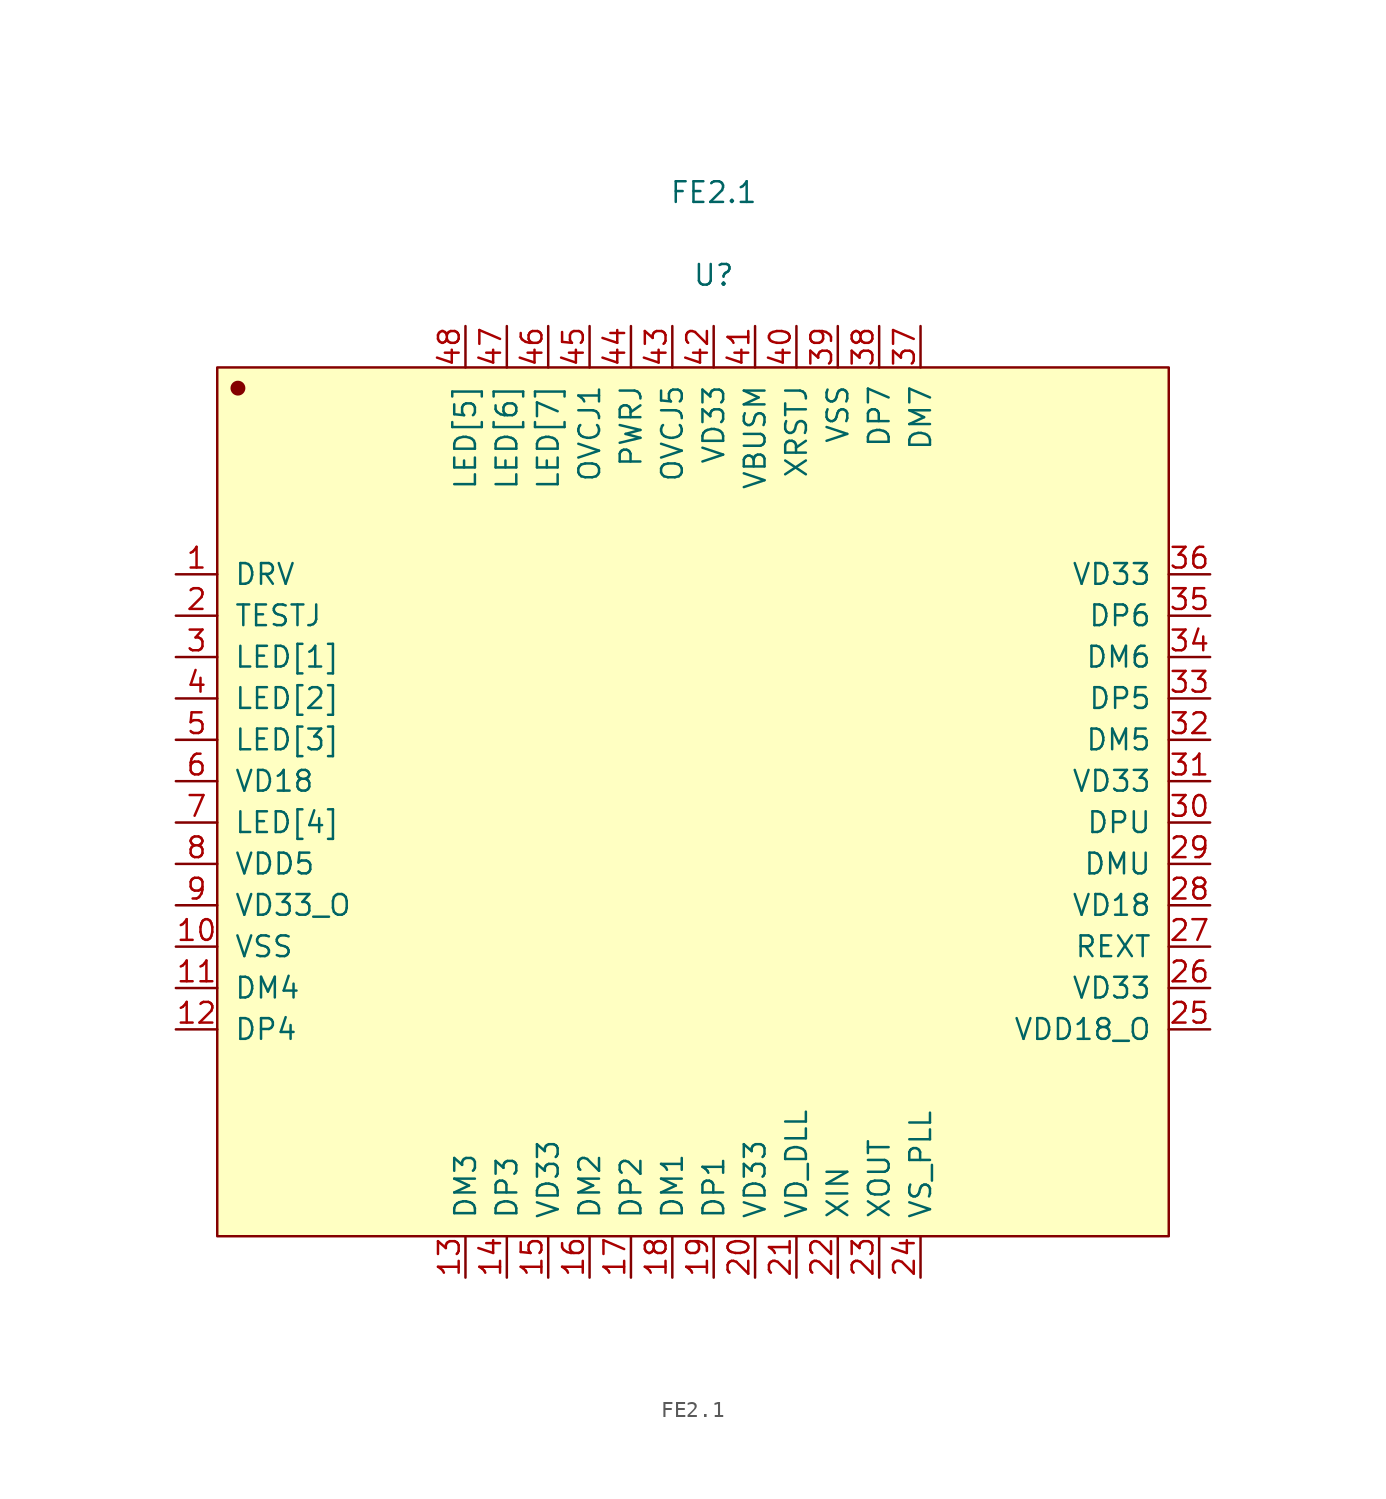
<source format=kicad_sym>
(kicad_symbol_lib
  (version 20211014)
  (generator kicad_symbol_editor)
  (symbol "FE2.1"
    (pin_names
      (offset 1.016))
    (property "Reference" "U"
      (at 0 31.064 0)
      (effects (font (size 1.27 1.27))))
    (property "Value" "FE2.1"
      (at 0 36.144 0)
      (effects (font (size 1.27 1.27))))
    (symbol "FE2.1_1_1"
      (rectangle (start -30.48 25.4) (end 27.94 -27.94) (stroke (width 0.152) (type default) (color 0 0 0 0)) (fill (type background)))
      (circle (center -29.21 24.13) (radius 0.381) (stroke (width 0.152) (type default) (color 0 0 0 0)) (fill (type outline)))
      (pin input line (at -33.02 12.7 0) (length 2.54) (name "DRV" (effects (font (size 1.27 1.27)))) (number "1" (effects (font (size 1.27 1.27)))))
      (pin power_in line (at -33.02 -10.16 0) (length 2.54) (name "VSS" (effects (font (size 1.27 1.27)))) (number "10" (effects (font (size 1.27 1.27)))))
      (pin input line (at -33.02 -12.7 0) (length 2.54) (name "DM4" (effects (font (size 1.27 1.27)))) (number "11" (effects (font (size 1.27 1.27)))))
      (pin input line (at -33.02 -15.24 0) (length 2.54) (name "DP4" (effects (font (size 1.27 1.27)))) (number "12" (effects (font (size 1.27 1.27)))))
      (pin input line (at -15.24 -30.48 90) (length 2.54) (name "DM3" (effects (font (size 1.27 1.27)))) (number "13" (effects (font (size 1.27 1.27)))))
      (pin input line (at -12.7 -30.48 90) (length 2.54) (name "DP3" (effects (font (size 1.27 1.27)))) (number "14" (effects (font (size 1.27 1.27)))))
      (pin input line (at -10.16 -30.48 90) (length 2.54) (name "VD33" (effects (font (size 1.27 1.27)))) (number "15" (effects (font (size 1.27 1.27)))))
      (pin input line (at -7.62 -30.48 90) (length 2.54) (name "DM2" (effects (font (size 1.27 1.27)))) (number "16" (effects (font (size 1.27 1.27)))))
      (pin input line (at -5.08 -30.48 90) (length 2.54) (name "DP2" (effects (font (size 1.27 1.27)))) (number "17" (effects (font (size 1.27 1.27)))))
      (pin input line (at -2.54 -30.48 90) (length 2.54) (name "DM1" (effects (font (size 1.27 1.27)))) (number "18" (effects (font (size 1.27 1.27)))))
      (pin input line (at 0 -30.48 90) (length 2.54) (name "DP1" (effects (font (size 1.27 1.27)))) (number "19" (effects (font (size 1.27 1.27)))))
      (pin input line (at -33.02 10.16 0) (length 2.54) (name "TESTJ" (effects (font (size 1.27 1.27)))) (number "2" (effects (font (size 1.27 1.27)))))
      (pin input line (at 2.54 -30.48 90) (length 2.54) (name "VD33" (effects (font (size 1.27 1.27)))) (number "20" (effects (font (size 1.27 1.27)))))
      (pin input line (at 5.08 -30.48 90) (length 2.54) (name "VD_DLL" (effects (font (size 1.27 1.27)))) (number "21" (effects (font (size 1.27 1.27)))))
      (pin input line (at 7.62 -30.48 90) (length 2.54) (name "XIN" (effects (font (size 1.27 1.27)))) (number "22" (effects (font (size 1.27 1.27)))))
      (pin input line (at 10.16 -30.48 90) (length 2.54) (name "XOUT" (effects (font (size 1.27 1.27)))) (number "23" (effects (font (size 1.27 1.27)))))
      (pin power_in line (at 12.7 -30.48 90) (length 2.54) (name "VS_PLL" (effects (font (size 1.27 1.27)))) (number "24" (effects (font (size 1.27 1.27)))))
      (pin power_in line (at 30.48 -15.24 180) (length 2.54) (name "VDD18_O" (effects (font (size 1.27 1.27)))) (number "25" (effects (font (size 1.27 1.27)))))
      (pin input line (at 30.48 -12.7 180) (length 2.54) (name "VD33" (effects (font (size 1.27 1.27)))) (number "26" (effects (font (size 1.27 1.27)))))
      (pin input line (at 30.48 -10.16 180) (length 2.54) (name "REXT" (effects (font (size 1.27 1.27)))) (number "27" (effects (font (size 1.27 1.27)))))
      (pin power_in line (at 30.48 -7.62 180) (length 2.54) (name "VD18" (effects (font (size 1.27 1.27)))) (number "28" (effects (font (size 1.27 1.27)))))
      (pin input line (at 30.48 -5.08 180) (length 2.54) (name "DMU" (effects (font (size 1.27 1.27)))) (number "29" (effects (font (size 1.27 1.27)))))
      (pin input line (at -33.02 7.62 0) (length 2.54) (name "LED[1]" (effects (font (size 1.27 1.27)))) (number "3" (effects (font (size 1.27 1.27)))))
      (pin input line (at 30.48 -2.54 180) (length 2.54) (name "DPU" (effects (font (size 1.27 1.27)))) (number "30" (effects (font (size 1.27 1.27)))))
      (pin input line (at 30.48 0 180) (length 2.54) (name "VD33" (effects (font (size 1.27 1.27)))) (number "31" (effects (font (size 1.27 1.27)))))
      (pin input line (at 30.48 2.54 180) (length 2.54) (name "DM5" (effects (font (size 1.27 1.27)))) (number "32" (effects (font (size 1.27 1.27)))))
      (pin input line (at 30.48 5.08 180) (length 2.54) (name "DP5" (effects (font (size 1.27 1.27)))) (number "33" (effects (font (size 1.27 1.27)))))
      (pin input line (at 30.48 7.62 180) (length 2.54) (name "DM6" (effects (font (size 1.27 1.27)))) (number "34" (effects (font (size 1.27 1.27)))))
      (pin input line (at 30.48 10.16 180) (length 2.54) (name "DP6" (effects (font (size 1.27 1.27)))) (number "35" (effects (font (size 1.27 1.27)))))
      (pin input line (at 30.48 12.7 180) (length 2.54) (name "VD33" (effects (font (size 1.27 1.27)))) (number "36" (effects (font (size 1.27 1.27)))))
      (pin input line (at 12.7 27.94 270) (length 2.54) (name "DM7" (effects (font (size 1.27 1.27)))) (number "37" (effects (font (size 1.27 1.27)))))
      (pin input line (at 10.16 27.94 270) (length 2.54) (name "DP7" (effects (font (size 1.27 1.27)))) (number "38" (effects (font (size 1.27 1.27)))))
      (pin input line (at 7.62 27.94 270) (length 2.54) (name "VSS" (effects (font (size 1.27 1.27)))) (number "39" (effects (font (size 1.27 1.27)))))
      (pin input line (at -33.02 5.08 0) (length 2.54) (name "LED[2]" (effects (font (size 1.27 1.27)))) (number "4" (effects (font (size 1.27 1.27)))))
      (pin input line (at 5.08 27.94 270) (length 2.54) (name "XRSTJ" (effects (font (size 1.27 1.27)))) (number "40" (effects (font (size 1.27 1.27)))))
      (pin input line (at 2.54 27.94 270) (length 2.54) (name "VBUSM" (effects (font (size 1.27 1.27)))) (number "41" (effects (font (size 1.27 1.27)))))
      (pin input line (at 0 27.94 270) (length 2.54) (name "VD33" (effects (font (size 1.27 1.27)))) (number "42" (effects (font (size 1.27 1.27)))))
      (pin input line (at -2.54 27.94 270) (length 2.54) (name "OVCJ5" (effects (font (size 1.27 1.27)))) (number "43" (effects (font (size 1.27 1.27)))))
      (pin input line (at -5.08 27.94 270) (length 2.54) (name "PWRJ" (effects (font (size 1.27 1.27)))) (number "44" (effects (font (size 1.27 1.27)))))
      (pin input line (at -7.62 27.94 270) (length 2.54) (name "OVCJ1" (effects (font (size 1.27 1.27)))) (number "45" (effects (font (size 1.27 1.27)))))
      (pin input line (at -10.16 27.94 270) (length 2.54) (name "LED[7]" (effects (font (size 1.27 1.27)))) (number "46" (effects (font (size 1.27 1.27)))))
      (pin input line (at -12.7 27.94 270) (length 2.54) (name "LED[6]" (effects (font (size 1.27 1.27)))) (number "47" (effects (font (size 1.27 1.27)))))
      (pin input line (at -15.24 27.94 270) (length 2.54) (name "LED[5]" (effects (font (size 1.27 1.27)))) (number "48" (effects (font (size 1.27 1.27)))))
      (pin input line (at -33.02 2.54 0) (length 2.54) (name "LED[3]" (effects (font (size 1.27 1.27)))) (number "5" (effects (font (size 1.27 1.27)))))
      (pin power_in line (at -33.02 0 0) (length 2.54) (name "VD18" (effects (font (size 1.27 1.27)))) (number "6" (effects (font (size 1.27 1.27)))))
      (pin input line (at -33.02 -2.54 0) (length 2.54) (name "LED[4]" (effects (font (size 1.27 1.27)))) (number "7" (effects (font (size 1.27 1.27)))))
      (pin power_in line (at -33.02 -5.08 0) (length 2.54) (name "VDD5" (effects (font (size 1.27 1.27)))) (number "8" (effects (font (size 1.27 1.27)))))
      (pin power_in line (at -33.02 -7.62 0) (length 2.54) (name "VD33_O" (effects (font (size 1.27 1.27)))) (number "9" (effects (font (size 1.27 1.27))))))))
</source>
